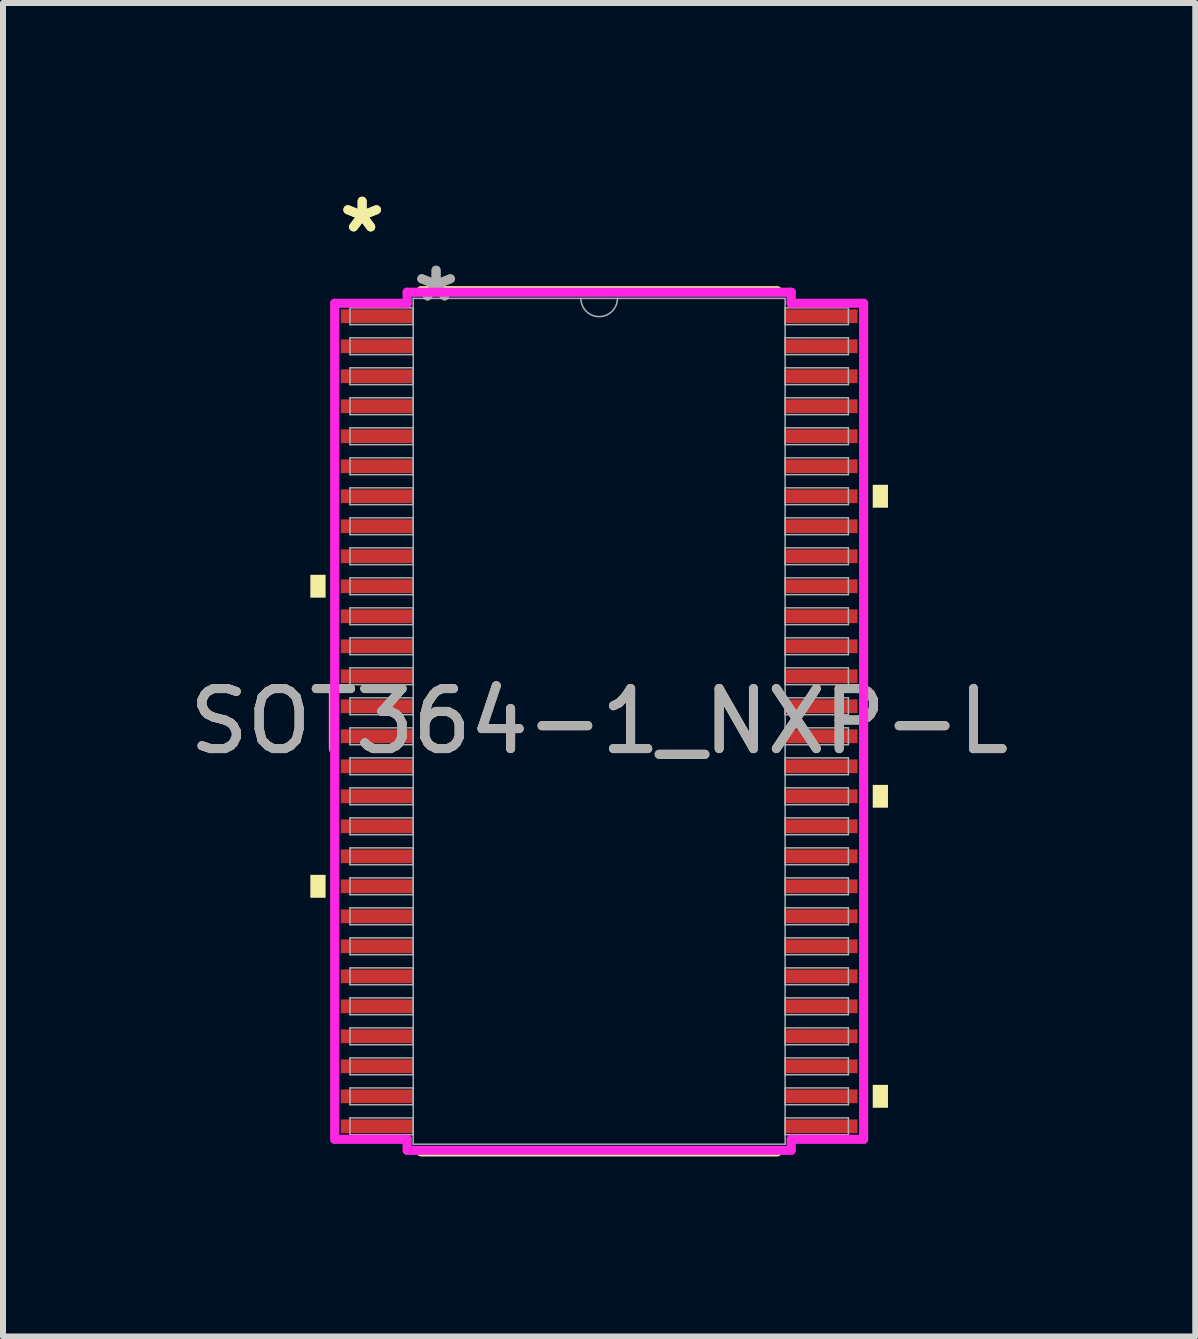
<source format=kicad_pcb>
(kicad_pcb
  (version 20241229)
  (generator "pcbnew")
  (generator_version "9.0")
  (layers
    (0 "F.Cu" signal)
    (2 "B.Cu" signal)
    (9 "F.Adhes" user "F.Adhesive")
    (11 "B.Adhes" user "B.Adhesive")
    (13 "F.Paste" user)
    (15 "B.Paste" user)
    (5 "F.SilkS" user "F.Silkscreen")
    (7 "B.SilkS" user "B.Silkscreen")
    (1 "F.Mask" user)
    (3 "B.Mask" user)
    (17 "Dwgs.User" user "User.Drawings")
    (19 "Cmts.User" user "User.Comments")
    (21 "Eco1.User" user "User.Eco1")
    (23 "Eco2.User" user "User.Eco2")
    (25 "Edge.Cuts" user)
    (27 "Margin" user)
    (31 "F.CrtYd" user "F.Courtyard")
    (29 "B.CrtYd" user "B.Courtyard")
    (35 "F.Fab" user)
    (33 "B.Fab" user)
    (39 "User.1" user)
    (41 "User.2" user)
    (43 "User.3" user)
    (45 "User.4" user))
  (footprint "SOT364-1_NXP-L"
    (layer "F.Cu")
    (at 6.935 8.97)
    (property "Reference" "SOT364-1_NXP-L" (at 0 0 0) (unlocked yes) (layer "F.SilkS") (effects (font (size 1 1) (thickness 0.15))))
    (attr smd)
    (fp_line (start -2.968 7.176) (end 2.968 7.176) (stroke (width 0.152) (type solid)) (layer "F.SilkS"))
    (fp_line (start 2.968 -7.176) (end -2.968 -7.176) (stroke (width 0.152) (type solid)) (layer "F.SilkS"))
    (fp_poly (pts (xy -4.813 -2.441) (xy -4.813 -2.06) (xy -4.559 -2.06) (xy -4.559 -2.441)) (stroke (width 0) (type solid)) (fill yes) (layer "F.SilkS"))
    (fp_poly (pts (xy -4.813 2.559) (xy -4.813 2.941) (xy -4.559 2.941) (xy -4.559 2.559)) (stroke (width 0) (type solid)) (fill yes) (layer "F.SilkS"))
    (fp_poly (pts (xy 4.813 -3.941) (xy 4.813 -3.559) (xy 4.559 -3.559) (xy 4.559 -3.941)) (stroke (width 0) (type solid)) (fill yes) (layer "F.SilkS"))
    (fp_poly (pts (xy 4.813 1.06) (xy 4.813 1.44) (xy 4.559 1.44) (xy 4.559 1.06)) (stroke (width 0) (type solid)) (fill yes) (layer "F.SilkS"))
    (fp_poly (pts (xy 4.813 6.059) (xy 4.813 6.441) (xy 4.559 6.441) (xy 4.559 6.059)) (stroke (width 0) (type solid)) (fill yes) (layer "F.SilkS"))
    (fp_line (start -4.407 -6.966) (end -3.2 -6.966) (stroke (width 0.152) (type solid)) (layer "F.CrtYd"))
    (fp_line (start -4.407 6.966) (end -4.407 -6.966) (stroke (width 0.152) (type solid)) (layer "F.CrtYd"))
    (fp_line (start -4.407 6.966) (end -3.2 6.966) (stroke (width 0.152) (type solid)) (layer "F.CrtYd"))
    (fp_line (start -3.2 -7.15) (end 3.2 -7.15) (stroke (width 0.152) (type solid)) (layer "F.CrtYd"))
    (fp_line (start -3.2 -6.966) (end -3.2 -7.15) (stroke (width 0.152) (type solid)) (layer "F.CrtYd"))
    (fp_line (start -3.2 7.15) (end -3.2 6.966) (stroke (width 0.152) (type solid)) (layer "F.CrtYd"))
    (fp_line (start 3.2 -7.15) (end 3.2 -6.966) (stroke (width 0.152) (type solid)) (layer "F.CrtYd"))
    (fp_line (start 3.2 6.966) (end 3.2 7.15) (stroke (width 0.152) (type solid)) (layer "F.CrtYd"))
    (fp_line (start 3.2 7.15) (end -3.2 7.15) (stroke (width 0.152) (type solid)) (layer "F.CrtYd"))
    (fp_line (start 4.407 -6.966) (end 3.2 -6.966) (stroke (width 0.152) (type solid)) (layer "F.CrtYd"))
    (fp_line (start 4.407 -6.966) (end 4.407 6.966) (stroke (width 0.152) (type solid)) (layer "F.CrtYd"))
    (fp_line (start 4.407 6.966) (end 3.2 6.966) (stroke (width 0.152) (type solid)) (layer "F.CrtYd"))
    (fp_line (start -4.153 -6.89) (end -4.153 -6.61) (stroke (width 0.025) (type solid)) (layer "F.Fab"))
    (fp_line (start -4.153 -6.61) (end -3.099 -6.61) (stroke (width 0.025) (type solid)) (layer "F.Fab"))
    (fp_line (start -4.153 -6.39) (end -4.153 -6.11) (stroke (width 0.025) (type solid)) (layer "F.Fab"))
    (fp_line (start -4.153 -6.11) (end -3.099 -6.11) (stroke (width 0.025) (type solid)) (layer "F.Fab"))
    (fp_line (start -4.153 -5.89) (end -4.153 -5.61) (stroke (width 0.025) (type solid)) (layer "F.Fab"))
    (fp_line (start -4.153 -5.61) (end -3.099 -5.61) (stroke (width 0.025) (type solid)) (layer "F.Fab"))
    (fp_line (start -4.153 -5.39) (end -4.153 -5.11) (stroke (width 0.025) (type solid)) (layer "F.Fab"))
    (fp_line (start -4.153 -5.11) (end -3.099 -5.11) (stroke (width 0.025) (type solid)) (layer "F.Fab"))
    (fp_line (start -4.153 -4.89) (end -4.153 -4.61) (stroke (width 0.025) (type solid)) (layer "F.Fab"))
    (fp_line (start -4.153 -4.61) (end -3.099 -4.61) (stroke (width 0.025) (type solid)) (layer "F.Fab"))
    (fp_line (start -4.153 -4.39) (end -4.153 -4.11) (stroke (width 0.025) (type solid)) (layer "F.Fab"))
    (fp_line (start -4.153 -4.11) (end -3.099 -4.11) (stroke (width 0.025) (type solid)) (layer "F.Fab"))
    (fp_line (start -4.153 -3.89) (end -4.153 -3.61) (stroke (width 0.025) (type solid)) (layer "F.Fab"))
    (fp_line (start -4.153 -3.61) (end -3.099 -3.61) (stroke (width 0.025) (type solid)) (layer "F.Fab"))
    (fp_line (start -4.153 -3.39) (end -4.153 -3.11) (stroke (width 0.025) (type solid)) (layer "F.Fab"))
    (fp_line (start -4.153 -3.11) (end -3.099 -3.11) (stroke (width 0.025) (type solid)) (layer "F.Fab"))
    (fp_line (start -4.153 -2.89) (end -4.153 -2.61) (stroke (width 0.025) (type solid)) (layer "F.Fab"))
    (fp_line (start -4.153 -2.61) (end -3.099 -2.61) (stroke (width 0.025) (type solid)) (layer "F.Fab"))
    (fp_line (start -4.153 -2.39) (end -4.153 -2.11) (stroke (width 0.025) (type solid)) (layer "F.Fab"))
    (fp_line (start -4.153 -2.11) (end -3.099 -2.11) (stroke (width 0.025) (type solid)) (layer "F.Fab"))
    (fp_line (start -4.153 -1.89) (end -4.153 -1.61) (stroke (width 0.025) (type solid)) (layer "F.Fab"))
    (fp_line (start -4.153 -1.61) (end -3.099 -1.61) (stroke (width 0.025) (type solid)) (layer "F.Fab"))
    (fp_line (start -4.153 -1.39) (end -4.153 -1.11) (stroke (width 0.025) (type solid)) (layer "F.Fab"))
    (fp_line (start -4.153 -1.11) (end -3.099 -1.11) (stroke (width 0.025) (type solid)) (layer "F.Fab"))
    (fp_line (start -4.153 -0.89) (end -4.153 -0.61) (stroke (width 0.025) (type solid)) (layer "F.Fab"))
    (fp_line (start -4.153 -0.61) (end -3.099 -0.61) (stroke (width 0.025) (type solid)) (layer "F.Fab"))
    (fp_line (start -4.153 -0.39) (end -4.153 -0.11) (stroke (width 0.025) (type solid)) (layer "F.Fab"))
    (fp_line (start -4.153 -0.11) (end -3.099 -0.11) (stroke (width 0.025) (type solid)) (layer "F.Fab"))
    (fp_line (start -4.153 0.11) (end -4.153 0.39) (stroke (width 0.025) (type solid)) (layer "F.Fab"))
    (fp_line (start -4.153 0.39) (end -3.099 0.39) (stroke (width 0.025) (type solid)) (layer "F.Fab"))
    (fp_line (start -4.153 0.61) (end -4.153 0.89) (stroke (width 0.025) (type solid)) (layer "F.Fab"))
    (fp_line (start -4.153 0.89) (end -3.099 0.89) (stroke (width 0.025) (type solid)) (layer "F.Fab"))
    (fp_line (start -4.153 1.11) (end -4.153 1.39) (stroke (width 0.025) (type solid)) (layer "F.Fab"))
    (fp_line (start -4.153 1.39) (end -3.099 1.39) (stroke (width 0.025) (type solid)) (layer "F.Fab"))
    (fp_line (start -4.153 1.61) (end -4.153 1.89) (stroke (width 0.025) (type solid)) (layer "F.Fab"))
    (fp_line (start -4.153 1.89) (end -3.099 1.89) (stroke (width 0.025) (type solid)) (layer "F.Fab"))
    (fp_line (start -4.153 2.11) (end -4.153 2.39) (stroke (width 0.025) (type solid)) (layer "F.Fab"))
    (fp_line (start -4.153 2.39) (end -3.099 2.39) (stroke (width 0.025) (type solid)) (layer "F.Fab"))
    (fp_line (start -4.153 2.61) (end -4.153 2.89) (stroke (width 0.025) (type solid)) (layer "F.Fab"))
    (fp_line (start -4.153 2.89) (end -3.099 2.89) (stroke (width 0.025) (type solid)) (layer "F.Fab"))
    (fp_line (start -4.153 3.11) (end -4.153 3.39) (stroke (width 0.025) (type solid)) (layer "F.Fab"))
    (fp_line (start -4.153 3.39) (end -3.099 3.39) (stroke (width 0.025) (type solid)) (layer "F.Fab"))
    (fp_line (start -4.153 3.61) (end -4.153 3.89) (stroke (width 0.025) (type solid)) (layer "F.Fab"))
    (fp_line (start -4.153 3.89) (end -3.099 3.89) (stroke (width 0.025) (type solid)) (layer "F.Fab"))
    (fp_line (start -4.153 4.11) (end -4.153 4.39) (stroke (width 0.025) (type solid)) (layer "F.Fab"))
    (fp_line (start -4.153 4.39) (end -3.099 4.39) (stroke (width 0.025) (type solid)) (layer "F.Fab"))
    (fp_line (start -4.153 4.61) (end -4.153 4.89) (stroke (width 0.025) (type solid)) (layer "F.Fab"))
    (fp_line (start -4.153 4.89) (end -3.099 4.89) (stroke (width 0.025) (type solid)) (layer "F.Fab"))
    (fp_line (start -4.153 5.11) (end -4.153 5.39) (stroke (width 0.025) (type solid)) (layer "F.Fab"))
    (fp_line (start -4.153 5.39) (end -3.099 5.39) (stroke (width 0.025) (type solid)) (layer "F.Fab"))
    (fp_line (start -4.153 5.61) (end -4.153 5.89) (stroke (width 0.025) (type solid)) (layer "F.Fab"))
    (fp_line (start -4.153 5.89) (end -3.099 5.89) (stroke (width 0.025) (type solid)) (layer "F.Fab"))
    (fp_line (start -4.153 6.11) (end -4.153 6.39) (stroke (width 0.025) (type solid)) (layer "F.Fab"))
    (fp_line (start -4.153 6.39) (end -3.099 6.39) (stroke (width 0.025) (type solid)) (layer "F.Fab"))
    (fp_line (start -4.153 6.61) (end -4.153 6.89) (stroke (width 0.025) (type solid)) (layer "F.Fab"))
    (fp_line (start -4.153 6.89) (end -3.099 6.89) (stroke (width 0.025) (type solid)) (layer "F.Fab"))
    (fp_line (start -3.099 -7.048) (end -3.099 7.048) (stroke (width 0.025) (type solid)) (layer "F.Fab"))
    (fp_line (start -3.099 -6.89) (end -4.153 -6.89) (stroke (width 0.025) (type solid)) (layer "F.Fab"))
    (fp_line (start -3.099 -6.61) (end -3.099 -6.89) (stroke (width 0.025) (type solid)) (layer "F.Fab"))
    (fp_line (start -3.099 -6.39) (end -4.153 -6.39) (stroke (width 0.025) (type solid)) (layer "F.Fab"))
    (fp_line (start -3.099 -6.11) (end -3.099 -6.39) (stroke (width 0.025) (type solid)) (layer "F.Fab"))
    (fp_line (start -3.099 -5.89) (end -4.153 -5.89) (stroke (width 0.025) (type solid)) (layer "F.Fab"))
    (fp_line (start -3.099 -5.61) (end -3.099 -5.89) (stroke (width 0.025) (type solid)) (layer "F.Fab"))
    (fp_line (start -3.099 -5.39) (end -4.153 -5.39) (stroke (width 0.025) (type solid)) (layer "F.Fab"))
    (fp_line (start -3.099 -5.11) (end -3.099 -5.39) (stroke (width 0.025) (type solid)) (layer "F.Fab"))
    (fp_line (start -3.099 -4.89) (end -4.153 -4.89) (stroke (width 0.025) (type solid)) (layer "F.Fab"))
    (fp_line (start -3.099 -4.61) (end -3.099 -4.89) (stroke (width 0.025) (type solid)) (layer "F.Fab"))
    (fp_line (start -3.099 -4.39) (end -4.153 -4.39) (stroke (width 0.025) (type solid)) (layer "F.Fab"))
    (fp_line (start -3.099 -4.11) (end -3.099 -4.39) (stroke (width 0.025) (type solid)) (layer "F.Fab"))
    (fp_line (start -3.099 -3.89) (end -4.153 -3.89) (stroke (width 0.025) (type solid)) (layer "F.Fab"))
    (fp_line (start -3.099 -3.61) (end -3.099 -3.89) (stroke (width 0.025) (type solid)) (layer "F.Fab"))
    (fp_line (start -3.099 -3.39) (end -4.153 -3.39) (stroke (width 0.025) (type solid)) (layer "F.Fab"))
    (fp_line (start -3.099 -3.11) (end -3.099 -3.39) (stroke (width 0.025) (type solid)) (layer "F.Fab"))
    (fp_line (start -3.099 -2.89) (end -4.153 -2.89) (stroke (width 0.025) (type solid)) (layer "F.Fab"))
    (fp_line (start -3.099 -2.61) (end -3.099 -2.89) (stroke (width 0.025) (type solid)) (layer "F.Fab"))
    (fp_line (start -3.099 -2.39) (end -4.153 -2.39) (stroke (width 0.025) (type solid)) (layer "F.Fab"))
    (fp_line (start -3.099 -2.11) (end -3.099 -2.39) (stroke (width 0.025) (type solid)) (layer "F.Fab"))
    (fp_line (start -3.099 -1.89) (end -4.153 -1.89) (stroke (width 0.025) (type solid)) (layer "F.Fab"))
    (fp_line (start -3.099 -1.61) (end -3.099 -1.89) (stroke (width 0.025) (type solid)) (layer "F.Fab"))
    (fp_line (start -3.099 -1.39) (end -4.153 -1.39) (stroke (width 0.025) (type solid)) (layer "F.Fab"))
    (fp_line (start -3.099 -1.11) (end -3.099 -1.39) (stroke (width 0.025) (type solid)) (layer "F.Fab"))
    (fp_line (start -3.099 -0.89) (end -4.153 -0.89) (stroke (width 0.025) (type solid)) (layer "F.Fab"))
    (fp_line (start -3.099 -0.61) (end -3.099 -0.89) (stroke (width 0.025) (type solid)) (layer "F.Fab"))
    (fp_line (start -3.099 -0.39) (end -4.153 -0.39) (stroke (width 0.025) (type solid)) (layer "F.Fab"))
    (fp_line (start -3.099 -0.11) (end -3.099 -0.39) (stroke (width 0.025) (type solid)) (layer "F.Fab"))
    (fp_line (start -3.099 0.11) (end -4.153 0.11) (stroke (width 0.025) (type solid)) (layer "F.Fab"))
    (fp_line (start -3.099 0.39) (end -3.099 0.11) (stroke (width 0.025) (type solid)) (layer "F.Fab"))
    (fp_line (start -3.099 0.61) (end -4.153 0.61) (stroke (width 0.025) (type solid)) (layer "F.Fab"))
    (fp_line (start -3.099 0.89) (end -3.099 0.61) (stroke (width 0.025) (type solid)) (layer "F.Fab"))
    (fp_line (start -3.099 1.11) (end -4.153 1.11) (stroke (width 0.025) (type solid)) (layer "F.Fab"))
    (fp_line (start -3.099 1.39) (end -3.099 1.11) (stroke (width 0.025) (type solid)) (layer "F.Fab"))
    (fp_line (start -3.099 1.61) (end -4.153 1.61) (stroke (width 0.025) (type solid)) (layer "F.Fab"))
    (fp_line (start -3.099 1.89) (end -3.099 1.61) (stroke (width 0.025) (type solid)) (layer "F.Fab"))
    (fp_line (start -3.099 2.11) (end -4.153 2.11) (stroke (width 0.025) (type solid)) (layer "F.Fab"))
    (fp_line (start -3.099 2.39) (end -3.099 2.11) (stroke (width 0.025) (type solid)) (layer "F.Fab"))
    (fp_line (start -3.099 2.61) (end -4.153 2.61) (stroke (width 0.025) (type solid)) (layer "F.Fab"))
    (fp_line (start -3.099 2.89) (end -3.099 2.61) (stroke (width 0.025) (type solid)) (layer "F.Fab"))
    (fp_line (start -3.099 3.11) (end -4.153 3.11) (stroke (width 0.025) (type solid)) (layer "F.Fab"))
    (fp_line (start -3.099 3.39) (end -3.099 3.11) (stroke (width 0.025) (type solid)) (layer "F.Fab"))
    (fp_line (start -3.099 3.61) (end -4.153 3.61) (stroke (width 0.025) (type solid)) (layer "F.Fab"))
    (fp_line (start -3.099 3.89) (end -3.099 3.61) (stroke (width 0.025) (type solid)) (layer "F.Fab"))
    (fp_line (start -3.099 4.11) (end -4.153 4.11) (stroke (width 0.025) (type solid)) (layer "F.Fab"))
    (fp_line (start -3.099 4.39) (end -3.099 4.11) (stroke (width 0.025) (type solid)) (layer "F.Fab"))
    (fp_line (start -3.099 4.61) (end -4.153 4.61) (stroke (width 0.025) (type solid)) (layer "F.Fab"))
    (fp_line (start -3.099 4.89) (end -3.099 4.61) (stroke (width 0.025) (type solid)) (layer "F.Fab"))
    (fp_line (start -3.099 5.11) (end -4.153 5.11) (stroke (width 0.025) (type solid)) (layer "F.Fab"))
    (fp_line (start -3.099 5.39) (end -3.099 5.11) (stroke (width 0.025) (type solid)) (layer "F.Fab"))
    (fp_line (start -3.099 5.61) (end -4.153 5.61) (stroke (width 0.025) (type solid)) (layer "F.Fab"))
    (fp_line (start -3.099 5.89) (end -3.099 5.61) (stroke (width 0.025) (type solid)) (layer "F.Fab"))
    (fp_line (start -3.099 6.11) (end -4.153 6.11) (stroke (width 0.025) (type solid)) (layer "F.Fab"))
    (fp_line (start -3.099 6.39) (end -3.099 6.11) (stroke (width 0.025) (type solid)) (layer "F.Fab"))
    (fp_line (start -3.099 6.61) (end -4.153 6.61) (stroke (width 0.025) (type solid)) (layer "F.Fab"))
    (fp_line (start -3.099 6.89) (end -3.099 6.61) (stroke (width 0.025) (type solid)) (layer "F.Fab"))
    (fp_line (start -3.099 7.048) (end 3.099 7.048) (stroke (width 0.025) (type solid)) (layer "F.Fab"))
    (fp_line (start 3.099 -7.048) (end -3.099 -7.048) (stroke (width 0.025) (type solid)) (layer "F.Fab"))
    (fp_line (start 3.099 -6.89) (end 3.099 -6.61) (stroke (width 0.025) (type solid)) (layer "F.Fab"))
    (fp_line (start 3.099 -6.61) (end 4.153 -6.61) (stroke (width 0.025) (type solid)) (layer "F.Fab"))
    (fp_line (start 3.099 -6.39) (end 3.099 -6.11) (stroke (width 0.025) (type solid)) (layer "F.Fab"))
    (fp_line (start 3.099 -6.11) (end 4.153 -6.11) (stroke (width 0.025) (type solid)) (layer "F.Fab"))
    (fp_line (start 3.099 -5.89) (end 3.099 -5.61) (stroke (width 0.025) (type solid)) (layer "F.Fab"))
    (fp_line (start 3.099 -5.61) (end 4.153 -5.61) (stroke (width 0.025) (type solid)) (layer "F.Fab"))
    (fp_line (start 3.099 -5.39) (end 3.099 -5.11) (stroke (width 0.025) (type solid)) (layer "F.Fab"))
    (fp_line (start 3.099 -5.11) (end 4.153 -5.11) (stroke (width 0.025) (type solid)) (layer "F.Fab"))
    (fp_line (start 3.099 -4.89) (end 3.099 -4.61) (stroke (width 0.025) (type solid)) (layer "F.Fab"))
    (fp_line (start 3.099 -4.61) (end 4.153 -4.61) (stroke (width 0.025) (type solid)) (layer "F.Fab"))
    (fp_line (start 3.099 -4.39) (end 3.099 -4.11) (stroke (width 0.025) (type solid)) (layer "F.Fab"))
    (fp_line (start 3.099 -4.11) (end 4.153 -4.11) (stroke (width 0.025) (type solid)) (layer "F.Fab"))
    (fp_line (start 3.099 -3.89) (end 3.099 -3.61) (stroke (width 0.025) (type solid)) (layer "F.Fab"))
    (fp_line (start 3.099 -3.61) (end 4.153 -3.61) (stroke (width 0.025) (type solid)) (layer "F.Fab"))
    (fp_line (start 3.099 -3.39) (end 3.099 -3.11) (stroke (width 0.025) (type solid)) (layer "F.Fab"))
    (fp_line (start 3.099 -3.11) (end 4.153 -3.11) (stroke (width 0.025) (type solid)) (layer "F.Fab"))
    (fp_line (start 3.099 -2.89) (end 3.099 -2.61) (stroke (width 0.025) (type solid)) (layer "F.Fab"))
    (fp_line (start 3.099 -2.61) (end 4.153 -2.61) (stroke (width 0.025) (type solid)) (layer "F.Fab"))
    (fp_line (start 3.099 -2.39) (end 3.099 -2.11) (stroke (width 0.025) (type solid)) (layer "F.Fab"))
    (fp_line (start 3.099 -2.11) (end 4.153 -2.11) (stroke (width 0.025) (type solid)) (layer "F.Fab"))
    (fp_line (start 3.099 -1.89) (end 3.099 -1.61) (stroke (width 0.025) (type solid)) (layer "F.Fab"))
    (fp_line (start 3.099 -1.61) (end 4.153 -1.61) (stroke (width 0.025) (type solid)) (layer "F.Fab"))
    (fp_line (start 3.099 -1.39) (end 3.099 -1.11) (stroke (width 0.025) (type solid)) (layer "F.Fab"))
    (fp_line (start 3.099 -1.11) (end 4.153 -1.11) (stroke (width 0.025) (type solid)) (layer "F.Fab"))
    (fp_line (start 3.099 -0.89) (end 3.099 -0.61) (stroke (width 0.025) (type solid)) (layer "F.Fab"))
    (fp_line (start 3.099 -0.61) (end 4.153 -0.61) (stroke (width 0.025) (type solid)) (layer "F.Fab"))
    (fp_line (start 3.099 -0.39) (end 3.099 -0.11) (stroke (width 0.025) (type solid)) (layer "F.Fab"))
    (fp_line (start 3.099 -0.11) (end 4.153 -0.11) (stroke (width 0.025) (type solid)) (layer "F.Fab"))
    (fp_line (start 3.099 0.11) (end 3.099 0.39) (stroke (width 0.025) (type solid)) (layer "F.Fab"))
    (fp_line (start 3.099 0.39) (end 4.153 0.39) (stroke (width 0.025) (type solid)) (layer "F.Fab"))
    (fp_line (start 3.099 0.61) (end 3.099 0.89) (stroke (width 0.025) (type solid)) (layer "F.Fab"))
    (fp_line (start 3.099 0.89) (end 4.153 0.89) (stroke (width 0.025) (type solid)) (layer "F.Fab"))
    (fp_line (start 3.099 1.11) (end 3.099 1.39) (stroke (width 0.025) (type solid)) (layer "F.Fab"))
    (fp_line (start 3.099 1.39) (end 4.153 1.39) (stroke (width 0.025) (type solid)) (layer "F.Fab"))
    (fp_line (start 3.099 1.61) (end 3.099 1.89) (stroke (width 0.025) (type solid)) (layer "F.Fab"))
    (fp_line (start 3.099 1.89) (end 4.153 1.89) (stroke (width 0.025) (type solid)) (layer "F.Fab"))
    (fp_line (start 3.099 2.11) (end 3.099 2.39) (stroke (width 0.025) (type solid)) (layer "F.Fab"))
    (fp_line (start 3.099 2.39) (end 4.153 2.39) (stroke (width 0.025) (type solid)) (layer "F.Fab"))
    (fp_line (start 3.099 2.61) (end 3.099 2.89) (stroke (width 0.025) (type solid)) (layer "F.Fab"))
    (fp_line (start 3.099 2.89) (end 4.153 2.89) (stroke (width 0.025) (type solid)) (layer "F.Fab"))
    (fp_line (start 3.099 3.11) (end 3.099 3.39) (stroke (width 0.025) (type solid)) (layer "F.Fab"))
    (fp_line (start 3.099 3.39) (end 4.153 3.39) (stroke (width 0.025) (type solid)) (layer "F.Fab"))
    (fp_line (start 3.099 3.61) (end 3.099 3.89) (stroke (width 0.025) (type solid)) (layer "F.Fab"))
    (fp_line (start 3.099 3.89) (end 4.153 3.89) (stroke (width 0.025) (type solid)) (layer "F.Fab"))
    (fp_line (start 3.099 4.11) (end 3.099 4.39) (stroke (width 0.025) (type solid)) (layer "F.Fab"))
    (fp_line (start 3.099 4.39) (end 4.153 4.39) (stroke (width 0.025) (type solid)) (layer "F.Fab"))
    (fp_line (start 3.099 4.61) (end 3.099 4.89) (stroke (width 0.025) (type solid)) (layer "F.Fab"))
    (fp_line (start 3.099 4.89) (end 4.153 4.89) (stroke (width 0.025) (type solid)) (layer "F.Fab"))
    (fp_line (start 3.099 5.11) (end 3.099 5.39) (stroke (width 0.025) (type solid)) (layer "F.Fab"))
    (fp_line (start 3.099 5.39) (end 4.153 5.39) (stroke (width 0.025) (type solid)) (layer "F.Fab"))
    (fp_line (start 3.099 5.61) (end 3.099 5.89) (stroke (width 0.025) (type solid)) (layer "F.Fab"))
    (fp_line (start 3.099 5.89) (end 4.153 5.89) (stroke (width 0.025) (type solid)) (layer "F.Fab"))
    (fp_line (start 3.099 6.11) (end 3.099 6.39) (stroke (width 0.025) (type solid)) (layer "F.Fab"))
    (fp_line (start 3.099 6.39) (end 4.153 6.39) (stroke (width 0.025) (type solid)) (layer "F.Fab"))
    (fp_line (start 3.099 6.61) (end 3.099 6.89) (stroke (width 0.025) (type solid)) (layer "F.Fab"))
    (fp_line (start 3.099 6.89) (end 4.153 6.89) (stroke (width 0.025) (type solid)) (layer "F.Fab"))
    (fp_line (start 3.099 7.048) (end 3.099 -7.048) (stroke (width 0.025) (type solid)) (layer "F.Fab"))
    (fp_line (start 4.153 -6.89) (end 3.099 -6.89) (stroke (width 0.025) (type solid)) (layer "F.Fab"))
    (fp_line (start 4.153 -6.61) (end 4.153 -6.89) (stroke (width 0.025) (type solid)) (layer "F.Fab"))
    (fp_line (start 4.153 -6.39) (end 3.099 -6.39) (stroke (width 0.025) (type solid)) (layer "F.Fab"))
    (fp_line (start 4.153 -6.11) (end 4.153 -6.39) (stroke (width 0.025) (type solid)) (layer "F.Fab"))
    (fp_line (start 4.153 -5.89) (end 3.099 -5.89) (stroke (width 0.025) (type solid)) (layer "F.Fab"))
    (fp_line (start 4.153 -5.61) (end 4.153 -5.89) (stroke (width 0.025) (type solid)) (layer "F.Fab"))
    (fp_line (start 4.153 -5.39) (end 3.099 -5.39) (stroke (width 0.025) (type solid)) (layer "F.Fab"))
    (fp_line (start 4.153 -5.11) (end 4.153 -5.39) (stroke (width 0.025) (type solid)) (layer "F.Fab"))
    (fp_line (start 4.153 -4.89) (end 3.099 -4.89) (stroke (width 0.025) (type solid)) (layer "F.Fab"))
    (fp_line (start 4.153 -4.61) (end 4.153 -4.89) (stroke (width 0.025) (type solid)) (layer "F.Fab"))
    (fp_line (start 4.153 -4.39) (end 3.099 -4.39) (stroke (width 0.025) (type solid)) (layer "F.Fab"))
    (fp_line (start 4.153 -4.11) (end 4.153 -4.39) (stroke (width 0.025) (type solid)) (layer "F.Fab"))
    (fp_line (start 4.153 -3.89) (end 3.099 -3.89) (stroke (width 0.025) (type solid)) (layer "F.Fab"))
    (fp_line (start 4.153 -3.61) (end 4.153 -3.89) (stroke (width 0.025) (type solid)) (layer "F.Fab"))
    (fp_line (start 4.153 -3.39) (end 3.099 -3.39) (stroke (width 0.025) (type solid)) (layer "F.Fab"))
    (fp_line (start 4.153 -3.11) (end 4.153 -3.39) (stroke (width 0.025) (type solid)) (layer "F.Fab"))
    (fp_line (start 4.153 -2.89) (end 3.099 -2.89) (stroke (width 0.025) (type solid)) (layer "F.Fab"))
    (fp_line (start 4.153 -2.61) (end 4.153 -2.89) (stroke (width 0.025) (type solid)) (layer "F.Fab"))
    (fp_line (start 4.153 -2.39) (end 3.099 -2.39) (stroke (width 0.025) (type solid)) (layer "F.Fab"))
    (fp_line (start 4.153 -2.11) (end 4.153 -2.39) (stroke (width 0.025) (type solid)) (layer "F.Fab"))
    (fp_line (start 4.153 -1.89) (end 3.099 -1.89) (stroke (width 0.025) (type solid)) (layer "F.Fab"))
    (fp_line (start 4.153 -1.61) (end 4.153 -1.89) (stroke (width 0.025) (type solid)) (layer "F.Fab"))
    (fp_line (start 4.153 -1.39) (end 3.099 -1.39) (stroke (width 0.025) (type solid)) (layer "F.Fab"))
    (fp_line (start 4.153 -1.11) (end 4.153 -1.39) (stroke (width 0.025) (type solid)) (layer "F.Fab"))
    (fp_line (start 4.153 -0.89) (end 3.099 -0.89) (stroke (width 0.025) (type solid)) (layer "F.Fab"))
    (fp_line (start 4.153 -0.61) (end 4.153 -0.89) (stroke (width 0.025) (type solid)) (layer "F.Fab"))
    (fp_line (start 4.153 -0.39) (end 3.099 -0.39) (stroke (width 0.025) (type solid)) (layer "F.Fab"))
    (fp_line (start 4.153 -0.11) (end 4.153 -0.39) (stroke (width 0.025) (type solid)) (layer "F.Fab"))
    (fp_line (start 4.153 0.11) (end 3.099 0.11) (stroke (width 0.025) (type solid)) (layer "F.Fab"))
    (fp_line (start 4.153 0.39) (end 4.153 0.11) (stroke (width 0.025) (type solid)) (layer "F.Fab"))
    (fp_line (start 4.153 0.61) (end 3.099 0.61) (stroke (width 0.025) (type solid)) (layer "F.Fab"))
    (fp_line (start 4.153 0.89) (end 4.153 0.61) (stroke (width 0.025) (type solid)) (layer "F.Fab"))
    (fp_line (start 4.153 1.11) (end 3.099 1.11) (stroke (width 0.025) (type solid)) (layer "F.Fab"))
    (fp_line (start 4.153 1.39) (end 4.153 1.11) (stroke (width 0.025) (type solid)) (layer "F.Fab"))
    (fp_line (start 4.153 1.61) (end 3.099 1.61) (stroke (width 0.025) (type solid)) (layer "F.Fab"))
    (fp_line (start 4.153 1.89) (end 4.153 1.61) (stroke (width 0.025) (type solid)) (layer "F.Fab"))
    (fp_line (start 4.153 2.11) (end 3.099 2.11) (stroke (width 0.025) (type solid)) (layer "F.Fab"))
    (fp_line (start 4.153 2.39) (end 4.153 2.11) (stroke (width 0.025) (type solid)) (layer "F.Fab"))
    (fp_line (start 4.153 2.61) (end 3.099 2.61) (stroke (width 0.025) (type solid)) (layer "F.Fab"))
    (fp_line (start 4.153 2.89) (end 4.153 2.61) (stroke (width 0.025) (type solid)) (layer "F.Fab"))
    (fp_line (start 4.153 3.11) (end 3.099 3.11) (stroke (width 0.025) (type solid)) (layer "F.Fab"))
    (fp_line (start 4.153 3.39) (end 4.153 3.11) (stroke (width 0.025) (type solid)) (layer "F.Fab"))
    (fp_line (start 4.153 3.61) (end 3.099 3.61) (stroke (width 0.025) (type solid)) (layer "F.Fab"))
    (fp_line (start 4.153 3.89) (end 4.153 3.61) (stroke (width 0.025) (type solid)) (layer "F.Fab"))
    (fp_line (start 4.153 4.11) (end 3.099 4.11) (stroke (width 0.025) (type solid)) (layer "F.Fab"))
    (fp_line (start 4.153 4.39) (end 4.153 4.11) (stroke (width 0.025) (type solid)) (layer "F.Fab"))
    (fp_line (start 4.153 4.61) (end 3.099 4.61) (stroke (width 0.025) (type solid)) (layer "F.Fab"))
    (fp_line (start 4.153 4.89) (end 4.153 4.61) (stroke (width 0.025) (type solid)) (layer "F.Fab"))
    (fp_line (start 4.153 5.11) (end 3.099 5.11) (stroke (width 0.025) (type solid)) (layer "F.Fab"))
    (fp_line (start 4.153 5.39) (end 4.153 5.11) (stroke (width 0.025) (type solid)) (layer "F.Fab"))
    (fp_line (start 4.153 5.61) (end 3.099 5.61) (stroke (width 0.025) (type solid)) (layer "F.Fab"))
    (fp_line (start 4.153 5.89) (end 4.153 5.61) (stroke (width 0.025) (type solid)) (layer "F.Fab"))
    (fp_line (start 4.153 6.11) (end 3.099 6.11) (stroke (width 0.025) (type solid)) (layer "F.Fab"))
    (fp_line (start 4.153 6.39) (end 4.153 6.11) (stroke (width 0.025) (type solid)) (layer "F.Fab"))
    (fp_line (start 4.153 6.61) (end 3.099 6.61) (stroke (width 0.025) (type solid)) (layer "F.Fab"))
    (fp_line (start 4.153 6.89) (end 4.153 6.61) (stroke (width 0.025) (type solid)) (layer "F.Fab"))
    (fp_arc (start 0.3048 -7.0485) (mid 0 -6.7437) (end -0.3048 -7.0485) (stroke (width 0.0254) (type solid)) (layer "F.Fab"))
    (fp_text user "*" (at -3.95 -8.122 0) (unlocked yes) (layer "F.SilkS") (effects (font (size 1 1) (thickness 0.15))))
    (fp_text user "*" (at -3.95 -8.122 0) (layer "F.SilkS") (effects (font (size 1 1) (thickness 0.15))))
    (fp_text user "*" (at -2.718 -6.972 0) (unlocked yes) (layer "F.Fab") (effects (font (size 1 1) (thickness 0.15))))
    (fp_text user "${REFERENCE}" (at 0 0 0) (unlocked yes) (layer "F.Fab") (effects (font (size 1 1) (thickness 0.15))))
    (fp_text user "*" (at -2.718 -6.972 0) (layer "F.Fab") (effects (font (size 1 1) (thickness 0.15))))
    (pad "1" smd rect (at -3.696 -6.75) (size 1.219 0.229) (layers "F.Cu" "F.Mask" "F.Paste"))
    (pad "2" smd rect (at -3.696 -6.25) (size 1.219 0.229) (layers "F.Cu" "F.Mask" "F.Paste"))
    (pad "3" smd rect (at -3.696 -5.75) (size 1.219 0.229) (layers "F.Cu" "F.Mask" "F.Paste"))
    (pad "4" smd rect (at -3.696 -5.25) (size 1.219 0.229) (layers "F.Cu" "F.Mask" "F.Paste"))
    (pad "5" smd rect (at -3.696 -4.75) (size 1.219 0.229) (layers "F.Cu" "F.Mask" "F.Paste"))
    (pad "6" smd rect (at -3.696 -4.25) (size 1.219 0.229) (layers "F.Cu" "F.Mask" "F.Paste"))
    (pad "7" smd rect (at -3.696 -3.75) (size 1.219 0.229) (layers "F.Cu" "F.Mask" "F.Paste"))
    (pad "8" smd rect (at -3.696 -3.25) (size 1.219 0.229) (layers "F.Cu" "F.Mask" "F.Paste"))
    (pad "9" smd rect (at -3.696 -2.75) (size 1.219 0.229) (layers "F.Cu" "F.Mask" "F.Paste"))
    (pad "10" smd rect (at -3.696 -2.25) (size 1.219 0.229) (layers "F.Cu" "F.Mask" "F.Paste"))
    (pad "11" smd rect (at -3.696 -1.75) (size 1.219 0.229) (layers "F.Cu" "F.Mask" "F.Paste"))
    (pad "12" smd rect (at -3.696 -1.25) (size 1.219 0.229) (layers "F.Cu" "F.Mask" "F.Paste"))
    (pad "13" smd rect (at -3.696 -0.75) (size 1.219 0.229) (layers "F.Cu" "F.Mask" "F.Paste"))
    (pad "14" smd rect (at -3.696 -0.25) (size 1.219 0.229) (layers "F.Cu" "F.Mask" "F.Paste"))
    (pad "15" smd rect (at -3.696 0.25) (size 1.219 0.229) (layers "F.Cu" "F.Mask" "F.Paste"))
    (pad "16" smd rect (at -3.696 0.75) (size 1.219 0.229) (layers "F.Cu" "F.Mask" "F.Paste"))
    (pad "17" smd rect (at -3.696 1.25) (size 1.219 0.229) (layers "F.Cu" "F.Mask" "F.Paste"))
    (pad "18" smd rect (at -3.696 1.75) (size 1.219 0.229) (layers "F.Cu" "F.Mask" "F.Paste"))
    (pad "19" smd rect (at -3.696 2.25) (size 1.219 0.229) (layers "F.Cu" "F.Mask" "F.Paste"))
    (pad "20" smd rect (at -3.696 2.75) (size 1.219 0.229) (layers "F.Cu" "F.Mask" "F.Paste"))
    (pad "21" smd rect (at -3.696 3.25) (size 1.219 0.229) (layers "F.Cu" "F.Mask" "F.Paste"))
    (pad "22" smd rect (at -3.696 3.75) (size 1.219 0.229) (layers "F.Cu" "F.Mask" "F.Paste"))
    (pad "23" smd rect (at -3.696 4.25) (size 1.219 0.229) (layers "F.Cu" "F.Mask" "F.Paste"))
    (pad "24" smd rect (at -3.696 4.75) (size 1.219 0.229) (layers "F.Cu" "F.Mask" "F.Paste"))
    (pad "25" smd rect (at -3.696 5.25) (size 1.219 0.229) (layers "F.Cu" "F.Mask" "F.Paste"))
    (pad "26" smd rect (at -3.696 5.75) (size 1.219 0.229) (layers "F.Cu" "F.Mask" "F.Paste"))
    (pad "27" smd rect (at -3.696 6.25) (size 1.219 0.229) (layers "F.Cu" "F.Mask" "F.Paste"))
    (pad "28" smd rect (at -3.696 6.75) (size 1.219 0.229) (layers "F.Cu" "F.Mask" "F.Paste"))
    (pad "29" smd rect (at 3.696 6.75) (size 1.219 0.229) (layers "F.Cu" "F.Mask" "F.Paste"))
    (pad "30" smd rect (at 3.696 6.25) (size 1.219 0.229) (layers "F.Cu" "F.Mask" "F.Paste"))
    (pad "31" smd rect (at 3.696 5.75) (size 1.219 0.229) (layers "F.Cu" "F.Mask" "F.Paste"))
    (pad "32" smd rect (at 3.696 5.25) (size 1.219 0.229) (layers "F.Cu" "F.Mask" "F.Paste"))
    (pad "33" smd rect (at 3.696 4.75) (size 1.219 0.229) (layers "F.Cu" "F.Mask" "F.Paste"))
    (pad "34" smd rect (at 3.696 4.25) (size 1.219 0.229) (layers "F.Cu" "F.Mask" "F.Paste"))
    (pad "35" smd rect (at 3.696 3.75) (size 1.219 0.229) (layers "F.Cu" "F.Mask" "F.Paste"))
    (pad "36" smd rect (at 3.696 3.25) (size 1.219 0.229) (layers "F.Cu" "F.Mask" "F.Paste"))
    (pad "37" smd rect (at 3.696 2.75) (size 1.219 0.229) (layers "F.Cu" "F.Mask" "F.Paste"))
    (pad "38" smd rect (at 3.696 2.25) (size 1.219 0.229) (layers "F.Cu" "F.Mask" "F.Paste"))
    (pad "39" smd rect (at 3.696 1.75) (size 1.219 0.229) (layers "F.Cu" "F.Mask" "F.Paste"))
    (pad "40" smd rect (at 3.696 1.25) (size 1.219 0.229) (layers "F.Cu" "F.Mask" "F.Paste"))
    (pad "41" smd rect (at 3.696 0.75) (size 1.219 0.229) (layers "F.Cu" "F.Mask" "F.Paste"))
    (pad "42" smd rect (at 3.696 0.25) (size 1.219 0.229) (layers "F.Cu" "F.Mask" "F.Paste"))
    (pad "43" smd rect (at 3.696 -0.25) (size 1.219 0.229) (layers "F.Cu" "F.Mask" "F.Paste"))
    (pad "44" smd rect (at 3.696 -0.75) (size 1.219 0.229) (layers "F.Cu" "F.Mask" "F.Paste"))
    (pad "45" smd rect (at 3.696 -1.25) (size 1.219 0.229) (layers "F.Cu" "F.Mask" "F.Paste"))
    (pad "46" smd rect (at 3.696 -1.75) (size 1.219 0.229) (layers "F.Cu" "F.Mask" "F.Paste"))
    (pad "47" smd rect (at 3.696 -2.25) (size 1.219 0.229) (layers "F.Cu" "F.Mask" "F.Paste"))
    (pad "48" smd rect (at 3.696 -2.75) (size 1.219 0.229) (layers "F.Cu" "F.Mask" "F.Paste"))
    (pad "49" smd rect (at 3.696 -3.25) (size 1.219 0.229) (layers "F.Cu" "F.Mask" "F.Paste"))
    (pad "50" smd rect (at 3.696 -3.75) (size 1.219 0.229) (layers "F.Cu" "F.Mask" "F.Paste"))
    (pad "51" smd rect (at 3.696 -4.25) (size 1.219 0.229) (layers "F.Cu" "F.Mask" "F.Paste"))
    (pad "52" smd rect (at 3.696 -4.75) (size 1.219 0.229) (layers "F.Cu" "F.Mask" "F.Paste"))
    (pad "53" smd rect (at 3.696 -5.25) (size 1.219 0.229) (layers "F.Cu" "F.Mask" "F.Paste"))
    (pad "54" smd rect (at 3.696 -5.75) (size 1.219 0.229) (layers "F.Cu" "F.Mask" "F.Paste"))
    (pad "55" smd rect (at 3.696 -6.25) (size 1.219 0.229) (layers "F.Cu" "F.Mask" "F.Paste"))
    (pad "56" smd rect (at 3.696 -6.75) (size 1.219 0.229) (layers "F.Cu" "F.Mask" "F.Paste")))
  (gr_rect
    (start -3 -3)
    (end 16.869 19.222)
    (stroke (width 0.1) (type default))
    (fill no)
    (layer "Edge.Cuts")))
</source>
